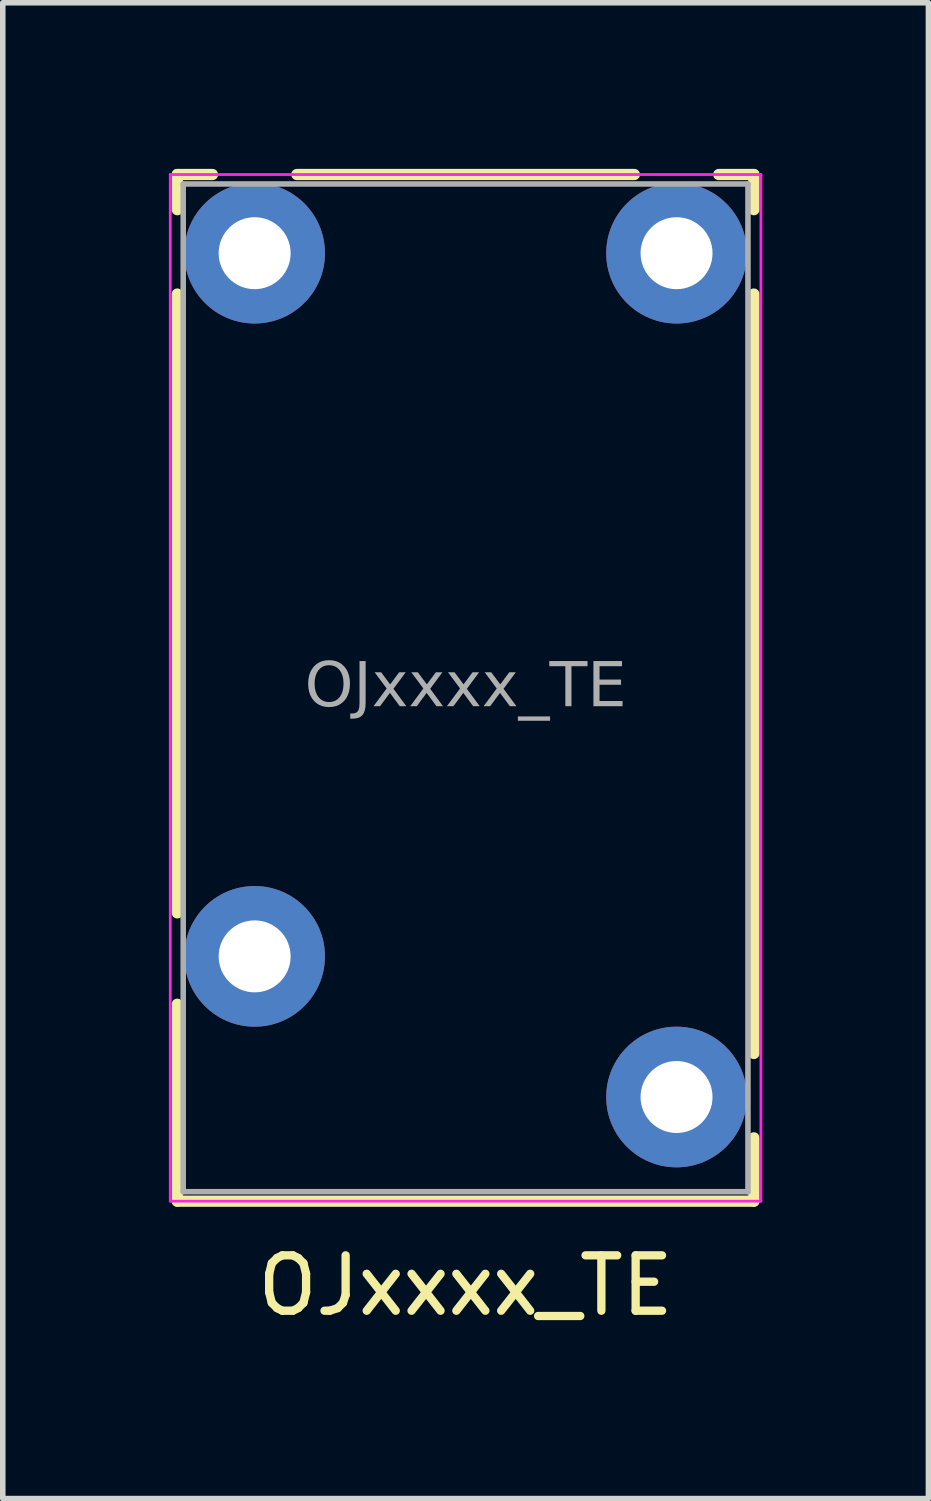
<source format=kicad_pcb>
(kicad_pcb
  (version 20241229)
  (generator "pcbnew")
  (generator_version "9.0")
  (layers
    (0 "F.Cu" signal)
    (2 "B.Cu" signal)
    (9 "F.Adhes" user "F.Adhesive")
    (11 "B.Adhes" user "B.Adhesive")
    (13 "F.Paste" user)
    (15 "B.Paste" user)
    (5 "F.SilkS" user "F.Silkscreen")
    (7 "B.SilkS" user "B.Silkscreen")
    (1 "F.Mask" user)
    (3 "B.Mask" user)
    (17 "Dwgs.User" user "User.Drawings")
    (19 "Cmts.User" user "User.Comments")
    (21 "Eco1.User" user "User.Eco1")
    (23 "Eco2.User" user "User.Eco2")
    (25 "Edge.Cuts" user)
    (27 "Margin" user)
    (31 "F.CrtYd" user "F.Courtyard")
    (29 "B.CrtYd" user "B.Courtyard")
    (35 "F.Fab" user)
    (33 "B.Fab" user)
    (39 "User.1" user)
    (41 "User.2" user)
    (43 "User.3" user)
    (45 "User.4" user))
  (footprint "OJxxxx_TE"
    (layer "F.Cu")
    (at 5.359 9.373)
    (property "Reference" "OJxxxx_TE" (at 0 10.795 0) (layer "F.SilkS") (effects (font (size 1 1) (thickness 0.15))))
    (attr through_hole)
    (fp_line (start -5.207 -8.636) (end -5.207 -9.271) (stroke (width 0.203) (type solid)) (layer "F.SilkS"))
    (fp_line (start -5.207 4.064) (end -5.207 -7.112) (stroke (width 0.203) (type solid)) (layer "F.SilkS"))
    (fp_line (start -5.207 9.271) (end -5.207 5.715) (stroke (width 0.203) (type solid)) (layer "F.SilkS"))
    (fp_line (start -5.207 9.271) (end 5.207 9.271) (stroke (width 0.203) (type solid)) (layer "F.SilkS"))
    (fp_line (start -4.572 -9.271) (end -5.207 -9.271) (stroke (width 0.203) (type solid)) (layer "F.SilkS"))
    (fp_line (start -3.048 -9.271) (end 3.048 -9.271) (stroke (width 0.203) (type solid)) (layer "F.SilkS"))
    (fp_line (start 4.572 -9.271) (end 5.207 -9.271) (stroke (width 0.203) (type solid)) (layer "F.SilkS"))
    (fp_line (start 5.207 -8.636) (end 5.207 -9.271) (stroke (width 0.203) (type solid)) (layer "F.SilkS"))
    (fp_line (start 5.207 -7.112) (end 5.207 6.604) (stroke (width 0.203) (type solid)) (layer "F.SilkS"))
    (fp_line (start 5.207 8.128) (end 5.207 9.271) (stroke (width 0.203) (type solid)) (layer "F.SilkS"))
    (fp_line (start -5.334 -9.271) (end 5.334 -9.271) (stroke (width 0.05) (type solid)) (layer "F.CrtYd"))
    (fp_line (start -5.334 9.271) (end -5.334 -9.271) (stroke (width 0.05) (type solid)) (layer "F.CrtYd"))
    (fp_line (start -5.334 9.271) (end 5.334 9.271) (stroke (width 0.05) (type solid)) (layer "F.CrtYd"))
    (fp_line (start 5.334 9.271) (end 5.334 -9.271) (stroke (width 0.05) (type solid)) (layer "F.CrtYd"))
    (fp_line (start -5.1 -9.1) (end -5.1 9.1) (stroke (width 0.1) (type solid)) (layer "F.Fab"))
    (fp_line (start -5.1 -9.1) (end 5.1 -9.1) (stroke (width 0.1) (type solid)) (layer "F.Fab"))
    (fp_line (start -5.1 9.1) (end 5.1 9.1) (stroke (width 0.1) (type solid)) (layer "F.Fab"))
    (fp_line (start 5.1 9.1) (end 5.1 -9.1) (stroke (width 0.1) (type solid)) (layer "F.Fab"))
    (fp_text user "${REFERENCE}" (at 0 0 0) (layer "F.Fab") (effects (font (face "Tahoma") (size 0.8 0.8) (thickness 0.15))))
    (pad "COIL1" thru_hole circle (at -3.81 -7.85 270) (size 2.54 2.54) (drill 1.3) (layers "*.Cu" "*.Mask"))
    (pad "COIL2" thru_hole circle (at 3.81 -7.85 270) (size 2.54 2.54) (drill 1.3) (layers "*.Cu" "*.Mask"))
    (pad "COM" thru_hole circle (at -3.81 4.85 270) (size 2.54 2.54) (drill 1.3) (layers "*.Cu" "*.Mask"))
    (pad "NO" thru_hole circle (at 3.81 7.39 270) (size 2.54 2.54) (drill 1.3) (layers "*.Cu" "*.Mask")))
  (gr_rect
    (start -3 -3)
    (end 13.718 24.016)
    (stroke (width 0.1) (type default))
    (fill no)
    (layer "Edge.Cuts")))
</source>
